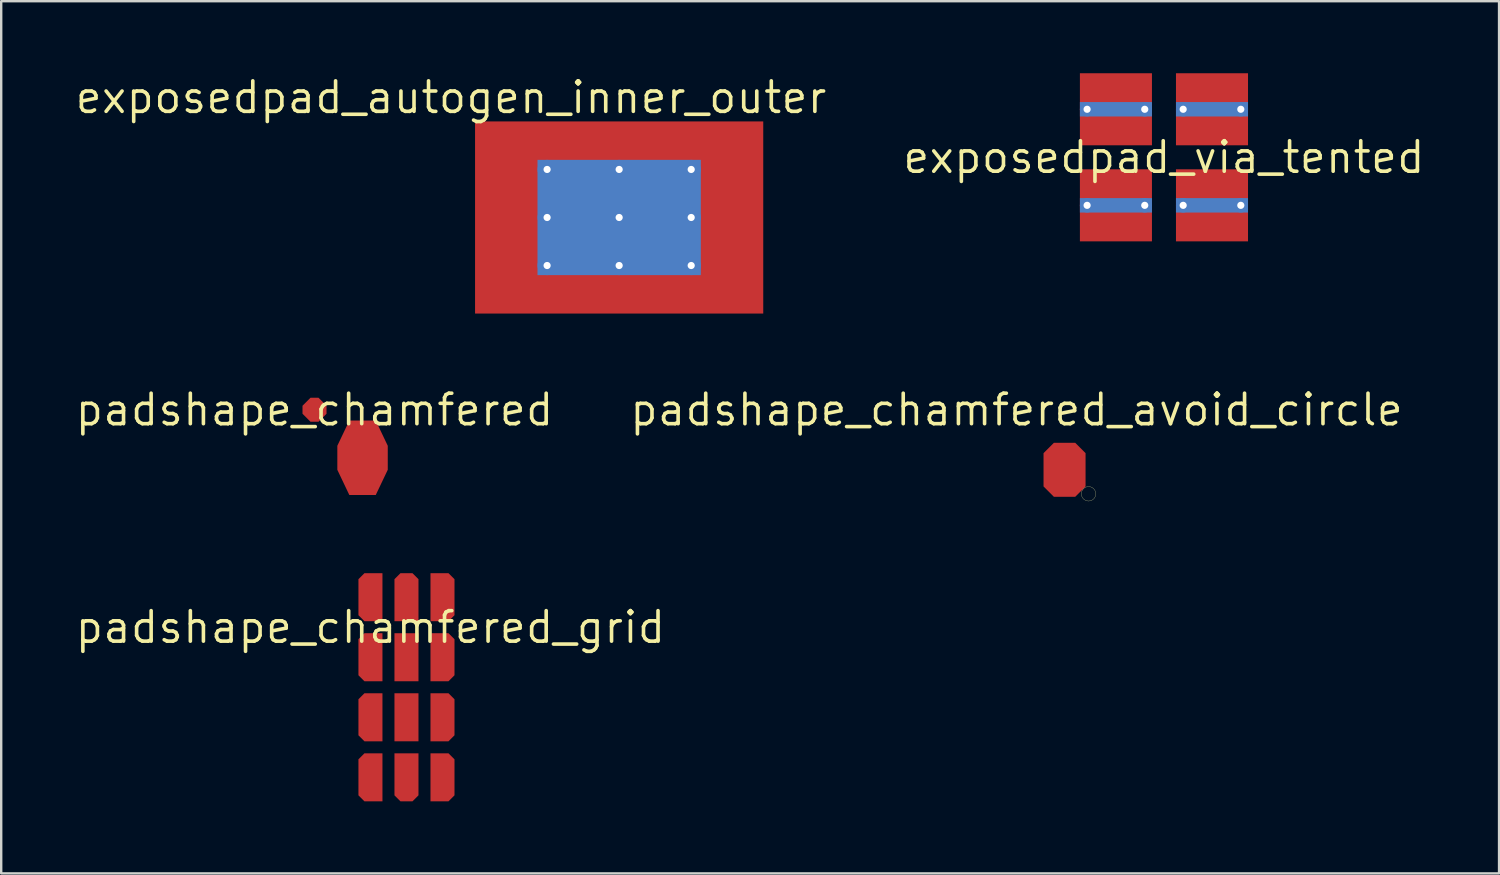
<source format=kicad_pcb>
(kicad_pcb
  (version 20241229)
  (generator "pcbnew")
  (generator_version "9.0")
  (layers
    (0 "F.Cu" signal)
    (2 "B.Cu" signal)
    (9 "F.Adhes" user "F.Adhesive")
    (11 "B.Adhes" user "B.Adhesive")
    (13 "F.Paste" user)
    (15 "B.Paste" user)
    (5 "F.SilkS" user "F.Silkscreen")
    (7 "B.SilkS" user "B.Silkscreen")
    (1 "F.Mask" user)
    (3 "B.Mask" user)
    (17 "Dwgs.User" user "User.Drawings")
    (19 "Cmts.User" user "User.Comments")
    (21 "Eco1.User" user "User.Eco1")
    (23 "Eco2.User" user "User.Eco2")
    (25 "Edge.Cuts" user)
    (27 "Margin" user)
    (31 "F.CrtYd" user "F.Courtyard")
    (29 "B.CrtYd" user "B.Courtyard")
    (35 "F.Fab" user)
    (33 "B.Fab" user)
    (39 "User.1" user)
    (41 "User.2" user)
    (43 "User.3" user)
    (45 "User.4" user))
  (footprint "padshape_chamfered_grid"
    (layer "F.Cu")
    (at 12.375 23.067)
    (property "Reference" "padshape_chamfered_grid" (at 0 0 0) (layer "F.SilkS") (effects (font (size 1.27 1.27) (thickness 0.15))))
    (attr smd)
    (pad "1" smd custom (at 0 -1.25) (size 0.823 0.823) (layers "F.Cu" "F.Mask" "F.Paste") (options (anchor circle)) (primitives (gr_poly (pts (xy -0.5 -0.75) (xy -0.25 -1) (xy 0.5 -1) (xy 0.5 1) (xy -0.25 1) (xy -0.5 0.75)) (width 0) (fill yes))))
    (pad "1" smd custom (at 0 1.25) (size 0.823 0.823) (layers "F.Cu" "F.Mask" "F.Paste") (options (anchor circle)) (primitives (gr_poly (pts (xy -0.5 -0.75) (xy -0.25 -1) (xy 0.5 -1) (xy 0.5 1) (xy -0.25 1) (xy -0.5 0.75)) (width 0) (fill yes))))
    (pad "1" smd custom (at 0 3.75) (size 0.823 0.823) (layers "F.Cu" "F.Mask" "F.Paste") (options (anchor circle)) (primitives (gr_poly (pts (xy -0.5 -0.75) (xy -0.25 -1) (xy 0.5 -1) (xy 0.5 1) (xy -0.25 1) (xy -0.5 0.75)) (width 0) (fill yes))))
    (pad "1" smd custom (at 0 6.25) (size 0.823 0.823) (layers "F.Cu" "F.Mask" "F.Paste") (options (anchor circle)) (primitives (gr_poly (pts (xy -0.5 -0.75) (xy -0.25 -1) (xy 0.5 -1) (xy 0.5 1) (xy -0.25 1) (xy -0.5 0.75)) (width 0) (fill yes))))
    (pad "1" smd custom (at 1.5 -1.25) (size 0.823 0.823) (layers "F.Cu" "F.Mask" "F.Paste") (options (anchor circle)) (primitives (gr_poly (pts (xy -0.5 -0.75) (xy -0.25 -1) (xy 0.25 -1) (xy 0.5 -0.75) (xy 0.5 1) (xy -0.5 1)) (width 0) (fill yes))))
    (pad "1" smd rect (at 1.5 1.25) (size 1 2) (layers "F.Cu" "F.Mask" "F.Paste"))
    (pad "1" smd rect (at 1.5 3.75) (size 1 2) (layers "F.Cu" "F.Mask" "F.Paste"))
    (pad "1" smd custom (at 1.5 6.25) (size 0.823 0.823) (layers "F.Cu" "F.Mask" "F.Paste") (options (anchor circle)) (primitives (gr_poly (pts (xy -0.5 -1) (xy 0.5 -1) (xy 0.5 0.75) (xy 0.25 1) (xy -0.25 1) (xy -0.5 0.75)) (width 0) (fill yes))))
    (pad "1" smd custom (at 3 -1.25) (size 0.823 0.823) (layers "F.Cu" "F.Mask" "F.Paste") (options (anchor circle)) (primitives (gr_poly (pts (xy -0.5 -1) (xy 0.25 -1) (xy 0.5 -0.75) (xy 0.5 0.75) (xy 0.25 1) (xy -0.5 1)) (width 0) (fill yes))))
    (pad "1" smd custom (at 3 1.25) (size 0.823 0.823) (layers "F.Cu" "F.Mask" "F.Paste") (options (anchor circle)) (primitives (gr_poly (pts (xy -0.5 -1) (xy 0.25 -1) (xy 0.5 -0.75) (xy 0.5 0.75) (xy 0.25 1) (xy -0.5 1)) (width 0) (fill yes))))
    (pad "1" smd custom (at 3 3.75) (size 0.823 0.823) (layers "F.Cu" "F.Mask" "F.Paste") (options (anchor circle)) (primitives (gr_poly (pts (xy -0.5 -1) (xy 0.25 -1) (xy 0.5 -0.75) (xy 0.5 0.75) (xy 0.25 1) (xy -0.5 1)) (width 0) (fill yes))))
    (pad "1" smd custom (at 3 6.25) (size 0.823 0.823) (layers "F.Cu" "F.Mask" "F.Paste") (options (anchor circle)) (primitives (gr_poly (pts (xy -0.5 -1) (xy 0.25 -1) (xy 0.5 -0.75) (xy 0.5 0.75) (xy 0.25 1) (xy -0.5 1)) (width 0) (fill yes)))))
  (footprint "padshape_chamfered_avoid_circle"
    (layer "F.Cu")
    (at 39.277 14.012)
    (property "Reference" "padshape_chamfered_avoid_circle" (at 0 0 0) (layer "F.SilkS") (effects (font (size 1.27 1.27) (thickness 0.15))))
    (attr smd)
    (fp_circle (center 3 3.5) (end 3.3 3.5) (stroke (width 0.01) (type solid)) (fill no) (layer "F.SilkS"))
    (pad "1" smd custom (at 2 2.5) (size 1.445 1.445) (layers "F.Cu" "F.Mask" "F.Paste") (options (anchor circle)) (primitives (gr_poly (pts (xy -0.875 -0.694) (xy -0.444 -1.125) (xy 0.444 -1.125) (xy 0.875 -0.694) (xy 0.875 0.694) (xy 0.444 1.125) (xy -0.444 1.125) (xy -0.875 0.694)) (width 0) (fill yes)))))
  (footprint "padshape_chamfered"
    (layer "F.Cu")
    (at 10.046 14.012)
    (property "Reference" "padshape_chamfered" (at 0 0 0) (layer "F.SilkS") (effects (font (size 1.27 1.27) (thickness 0.15))))
    (attr smd)
    (pad "1" smd custom (at 0 0) (size 0.764 0.764) (layers "F.Cu" "F.Mask" "F.Paste") (options (anchor circle)) (primitives (gr_poly (pts (xy -0.5 -0.167) (xy -0.167 -0.5) (xy 0.167 -0.5) (xy 0.5 -0.167) (xy 0.5 0.167) (xy 0.167 0.5) (xy -0.167 0.5) (xy -0.5 0.167)) (width 0) (fill yes))))
    (pad "1" smd custom (at 2 2) (size 1.358 1.358) (layers "F.Cu" "F.Mask" "F.Paste") (options (anchor circle)) (primitives (gr_poly (pts (xy -1.05 -0.5) (xy -0.55 -1.55) (xy 0.55 -1.55) (xy 1.05 -0.5) (xy 1.05 0.5) (xy 0.55 1.55) (xy -0.55 1.55) (xy -1.05 0.5)) (width 0) (fill yes)))))
  (footprint "exposedpad_via_tented"
    (layer "F.Cu")
    (at 45.416 3.5)
    (property "Reference" "exposedpad_via_tented" (at 0 0 0) (layer "F.SilkS") (effects (font (size 1.27 1.27) (thickness 0.15))))
    (attr smd)
    (pad "" smd rect (at -2 -2.5) (size 1.61 0.81) (layers "F.Paste"))
    (pad "" smd rect (at -2 -2) (size 2 2) (layers "F.Mask"))
    (pad "" smd rect (at -2 -1.5) (size 1.61 0.81) (layers "F.Paste"))
    (pad "" smd rect (at -2 1.5) (size 1.61 0.81) (layers "F.Paste"))
    (pad "" smd rect (at -2 2) (size 2 2) (layers "F.Mask"))
    (pad "" smd rect (at -2 2.5) (size 1.61 0.81) (layers "F.Paste"))
    (pad "" smd rect (at 2 -2.5) (size 1.61 0.81) (layers "F.Paste"))
    (pad "" smd rect (at 2 -2) (size 2 2) (layers "F.Mask"))
    (pad "" smd rect (at 2 -1.5) (size 1.61 0.81) (layers "F.Paste"))
    (pad "" smd rect (at 2 1.5) (size 1.61 0.81) (layers "F.Paste"))
    (pad "" smd rect (at 2 2) (size 2 2) (layers "F.Mask"))
    (pad "" smd rect (at 2 2.5) (size 1.61 0.81) (layers "F.Paste"))
    (pad "3" thru_hole circle (at -3.2 -2) (size 0.6 0.6) (drill 0.3) (property pad_prop_heatsink) (layers "*.Cu" "*.Mask"))
    (pad "3" thru_hole circle (at -3.2 2) (size 0.6 0.6) (drill 0.3) (property pad_prop_heatsink) (layers "*.Cu" "B.Mask"))
    (pad "3" smd rect (at -2 -2) (size 3 0.6) (property pad_prop_heatsink) (layers "B.Cu"))
    (pad "3" smd rect (at -2 -2) (size 3 3) (property pad_prop_heatsink) (layers "F.Cu"))
    (pad "3" smd rect (at -2 2) (size 3 0.6) (property pad_prop_heatsink) (layers "B.Cu"))
    (pad "3" smd rect (at -2 2) (size 3 3) (property pad_prop_heatsink) (layers "F.Cu"))
    (pad "3" thru_hole circle (at -0.8 -2) (size 0.6 0.6) (drill 0.3) (property pad_prop_heatsink) (layers "*.Cu" "*.Mask"))
    (pad "3" thru_hole circle (at -0.8 2) (size 0.6 0.6) (drill 0.3) (property pad_prop_heatsink) (layers "*.Cu" "B.Mask"))
    (pad "3" thru_hole circle (at 0.8 -2) (size 0.6 0.6) (drill 0.3) (property pad_prop_heatsink) (layers "*.Cu" "F.Mask"))
    (pad "3" thru_hole circle (at 0.8 2) (size 0.6 0.6) (drill 0.3) (property pad_prop_heatsink) (layers "*.Cu"))
    (pad "3" smd rect (at 2 -2) (size 3 0.6) (property pad_prop_heatsink) (layers "B.Cu"))
    (pad "3" smd rect (at 2 -2) (size 3 3) (property pad_prop_heatsink) (layers "F.Cu"))
    (pad "3" smd rect (at 2 2) (size 3 0.6) (property pad_prop_heatsink) (layers "B.Cu"))
    (pad "3" smd rect (at 2 2) (size 3 3) (property pad_prop_heatsink) (layers "F.Cu"))
    (pad "3" thru_hole circle (at 3.2 -2) (size 0.6 0.6) (drill 0.3) (property pad_prop_heatsink) (layers "*.Cu" "F.Mask"))
    (pad "3" thru_hole circle (at 3.2 2) (size 0.6 0.6) (drill 0.3) (property pad_prop_heatsink) (layers "*.Cu")))
  (footprint "exposedpad_autogen_inner_outer"
    (layer "F.Cu")
    (at 15.731 1.006)
    (property "Reference" "exposedpad_autogen_inner_outer" (at 0 0 0) (layer "F.SilkS") (effects (font (size 1.27 1.27) (thickness 0.15))))
    (attr smd)
    (pad "" smd rect (at 1.75 1.5) (size 1.255 0.837) (layers "F.Paste"))
    (pad "" smd rect (at 1.75 2.5) (size 1.255 0.837) (layers "F.Paste"))
    (pad "" smd rect (at 1.75 3.5) (size 1.255 0.837) (layers "F.Paste"))
    (pad "" smd rect (at 1.75 4.5) (size 1.255 0.837) (layers "F.Paste"))
    (pad "" smd rect (at 1.75 5.5) (size 1.255 0.837) (layers "F.Paste"))
    (pad "" smd rect (at 1.75 6.5) (size 1.255 0.837) (layers "F.Paste"))
    (pad "" smd rect (at 1.75 7.5) (size 1.255 0.837) (layers "F.Paste"))
    (pad "" smd rect (at 1.75 8.5) (size 1.255 0.837) (layers "F.Paste"))
    (pad "" smd rect (at 3.25 1.5) (size 1.255 0.837) (layers "F.Paste"))
    (pad "" smd custom (at 3.25 2.5) (size 0.581 0.581) (layers "F.Paste") (options (anchor circle)) (primitives (gr_poly (pts (xy -0.627 -0.418) (xy 0.627 -0.418) (xy 0.627 0.057) (xy 0.266 0.418) (xy -0.627 0.418)) (width 0) (fill yes))))
    (pad "" smd custom (at 3.25 3.5) (size 0.581 0.581) (layers "F.Paste") (options (anchor circle)) (primitives (gr_poly (pts (xy -0.627 -0.418) (xy 0.266 -0.418) (xy 0.627 -0.057) (xy 0.627 0.418) (xy -0.627 0.418)) (width 0) (fill yes))))
    (pad "" smd custom (at 3.25 4.5) (size 0.581 0.581) (layers "F.Paste") (options (anchor circle)) (primitives (gr_poly (pts (xy -0.627 -0.418) (xy 0.627 -0.418) (xy 0.627 0.057) (xy 0.266 0.418) (xy -0.627 0.418)) (width 0) (fill yes))))
    (pad "" smd custom (at 3.25 5.5) (size 0.581 0.581) (layers "F.Paste") (options (anchor circle)) (primitives (gr_poly (pts (xy -0.627 -0.418) (xy 0.266 -0.418) (xy 0.627 -0.057) (xy 0.627 0.418) (xy -0.627 0.418)) (width 0) (fill yes))))
    (pad "" smd custom (at 3.25 6.5) (size 0.581 0.581) (layers "F.Paste") (options (anchor circle)) (primitives (gr_poly (pts (xy -0.627 -0.418) (xy 0.627 -0.418) (xy 0.627 0.057) (xy 0.266 0.418) (xy -0.627 0.418)) (width 0) (fill yes))))
    (pad "" smd custom (at 3.25 7.5) (size 0.581 0.581) (layers "F.Paste") (options (anchor circle)) (primitives (gr_poly (pts (xy -0.627 -0.418) (xy 0.266 -0.418) (xy 0.627 -0.057) (xy 0.627 0.418) (xy -0.627 0.418)) (width 0) (fill yes))))
    (pad "" smd rect (at 3.25 8.5) (size 1.255 0.837) (layers "F.Paste"))
    (pad "" smd rect (at 4.75 1.5) (size 1.255 0.837) (layers "F.Paste"))
    (pad "" smd custom (at 4.75 2.5) (size 0.581 0.581) (layers "F.Paste") (options (anchor circle)) (primitives (gr_poly (pts (xy -0.627 -0.418) (xy 0.627 -0.418) (xy 0.627 0.418) (xy -0.266 0.418) (xy -0.627 0.057)) (width 0) (fill yes))))
    (pad "" smd custom (at 4.75 3.5) (size 0.581 0.581) (layers "F.Paste") (options (anchor circle)) (primitives (gr_poly (pts (xy -0.627 -0.057) (xy -0.266 -0.418) (xy 0.627 -0.418) (xy 0.627 0.418) (xy -0.627 0.418)) (width 0) (fill yes))))
    (pad "" smd custom (at 4.75 4.5) (size 0.581 0.581) (layers "F.Paste") (options (anchor circle)) (primitives (gr_poly (pts (xy -0.627 -0.418) (xy 0.627 -0.418) (xy 0.627 0.418) (xy -0.266 0.418) (xy -0.627 0.057)) (width 0) (fill yes))))
    (pad "" smd custom (at 4.75 5.5) (size 0.581 0.581) (layers "F.Paste") (options (anchor circle)) (primitives (gr_poly (pts (xy -0.627 -0.057) (xy -0.266 -0.418) (xy 0.627 -0.418) (xy 0.627 0.418) (xy -0.627 0.418)) (width 0) (fill yes))))
    (pad "" smd custom (at 4.75 6.5) (size 0.581 0.581) (layers "F.Paste") (options (anchor circle)) (primitives (gr_poly (pts (xy -0.627 -0.418) (xy 0.627 -0.418) (xy 0.627 0.418) (xy -0.266 0.418) (xy -0.627 0.057)) (width 0) (fill yes))))
    (pad "" smd custom (at 4.75 7.5) (size 0.581 0.581) (layers "F.Paste") (options (anchor circle)) (primitives (gr_poly (pts (xy -0.627 -0.057) (xy -0.266 -0.418) (xy 0.627 -0.418) (xy 0.627 0.418) (xy -0.627 0.418)) (width 0) (fill yes))))
    (pad "" smd rect (at 4.75 8.5) (size 1.255 0.837) (layers "F.Paste"))
    (pad "" smd rect (at 6.25 1.5) (size 1.255 0.837) (layers "F.Paste"))
    (pad "" smd custom (at 6.25 2.5) (size 0.581 0.581) (layers "F.Paste") (options (anchor circle)) (primitives (gr_poly (pts (xy -0.627 -0.418) (xy 0.627 -0.418) (xy 0.627 0.057) (xy 0.266 0.418) (xy -0.627 0.418)) (width 0) (fill yes))))
    (pad "" smd custom (at 6.25 3.5) (size 0.581 0.581) (layers "F.Paste") (options (anchor circle)) (primitives (gr_poly (pts (xy -0.627 -0.418) (xy 0.266 -0.418) (xy 0.627 -0.057) (xy 0.627 0.418) (xy -0.627 0.418)) (width 0) (fill yes))))
    (pad "" smd custom (at 6.25 4.5) (size 0.581 0.581) (layers "F.Paste") (options (anchor circle)) (primitives (gr_poly (pts (xy -0.627 -0.418) (xy 0.627 -0.418) (xy 0.627 0.057) (xy 0.266 0.418) (xy -0.627 0.418)) (width 0) (fill yes))))
    (pad "" smd custom (at 6.25 5.5) (size 0.581 0.581) (layers "F.Paste") (options (anchor circle)) (primitives (gr_poly (pts (xy -0.627 -0.418) (xy 0.266 -0.418) (xy 0.627 -0.057) (xy 0.627 0.418) (xy -0.627 0.418)) (width 0) (fill yes))))
    (pad "" smd custom (at 6.25 6.5) (size 0.581 0.581) (layers "F.Paste") (options (anchor circle)) (primitives (gr_poly (pts (xy -0.627 -0.418) (xy 0.627 -0.418) (xy 0.627 0.057) (xy 0.266 0.418) (xy -0.627 0.418)) (width 0) (fill yes))))
    (pad "" smd custom (at 6.25 7.5) (size 0.581 0.581) (layers "F.Paste") (options (anchor circle)) (primitives (gr_poly (pts (xy -0.627 -0.418) (xy 0.266 -0.418) (xy 0.627 -0.057) (xy 0.627 0.418) (xy -0.627 0.418)) (width 0) (fill yes))))
    (pad "" smd rect (at 6.25 8.5) (size 1.255 0.837) (layers "F.Paste"))
    (pad "" smd rect (at 7.75 1.5) (size 1.255 0.837) (layers "F.Paste"))
    (pad "" smd custom (at 7.75 2.5) (size 0.581 0.581) (layers "F.Paste") (options (anchor circle)) (primitives (gr_poly (pts (xy -0.627 -0.418) (xy 0.627 -0.418) (xy 0.627 0.418) (xy -0.266 0.418) (xy -0.627 0.057)) (width 0) (fill yes))))
    (pad "" smd custom (at 7.75 3.5) (size 0.581 0.581) (layers "F.Paste") (options (anchor circle)) (primitives (gr_poly (pts (xy -0.627 -0.057) (xy -0.266 -0.418) (xy 0.627 -0.418) (xy 0.627 0.418) (xy -0.627 0.418)) (width 0) (fill yes))))
    (pad "" smd custom (at 7.75 4.5) (size 0.581 0.581) (layers "F.Paste") (options (anchor circle)) (primitives (gr_poly (pts (xy -0.627 -0.418) (xy 0.627 -0.418) (xy 0.627 0.418) (xy -0.266 0.418) (xy -0.627 0.057)) (width 0) (fill yes))))
    (pad "" smd custom (at 7.75 5.5) (size 0.581 0.581) (layers "F.Paste") (options (anchor circle)) (primitives (gr_poly (pts (xy -0.627 -0.057) (xy -0.266 -0.418) (xy 0.627 -0.418) (xy 0.627 0.418) (xy -0.627 0.418)) (width 0) (fill yes))))
    (pad "" smd custom (at 7.75 6.5) (size 0.581 0.581) (layers "F.Paste") (options (anchor circle)) (primitives (gr_poly (pts (xy -0.627 -0.418) (xy 0.627 -0.418) (xy 0.627 0.418) (xy -0.266 0.418) (xy -0.627 0.057)) (width 0) (fill yes))))
    (pad "" smd custom (at 7.75 7.5) (size 0.581 0.581) (layers "F.Paste") (options (anchor circle)) (primitives (gr_poly (pts (xy -0.627 -0.057) (xy -0.266 -0.418) (xy 0.627 -0.418) (xy 0.627 0.418) (xy -0.627 0.418)) (width 0) (fill yes))))
    (pad "" smd rect (at 7.75 8.5) (size 1.255 0.837) (layers "F.Paste"))
    (pad "" smd rect (at 9.25 1.5) (size 1.255 0.837) (layers "F.Paste"))
    (pad "" smd custom (at 9.25 2.5) (size 0.581 0.581) (layers "F.Paste") (options (anchor circle)) (primitives (gr_poly (pts (xy -0.627 -0.418) (xy 0.627 -0.418) (xy 0.627 0.057) (xy 0.266 0.418) (xy -0.627 0.418)) (width 0) (fill yes))))
    (pad "" smd custom (at 9.25 3.5) (size 0.581 0.581) (layers "F.Paste") (options (anchor circle)) (primitives (gr_poly (pts (xy -0.627 -0.418) (xy 0.266 -0.418) (xy 0.627 -0.057) (xy 0.627 0.418) (xy -0.627 0.418)) (width 0) (fill yes))))
    (pad "" smd custom (at 9.25 4.5) (size 0.581 0.581) (layers "F.Paste") (options (anchor circle)) (primitives (gr_poly (pts (xy -0.627 -0.418) (xy 0.627 -0.418) (xy 0.627 0.057) (xy 0.266 0.418) (xy -0.627 0.418)) (width 0) (fill yes))))
    (pad "" smd custom (at 9.25 5.5) (size 0.581 0.581) (layers "F.Paste") (options (anchor circle)) (primitives (gr_poly (pts (xy -0.627 -0.418) (xy 0.266 -0.418) (xy 0.627 -0.057) (xy 0.627 0.418) (xy -0.627 0.418)) (width 0) (fill yes))))
    (pad "" smd custom (at 9.25 6.5) (size 0.581 0.581) (layers "F.Paste") (options (anchor circle)) (primitives (gr_poly (pts (xy -0.627 -0.418) (xy 0.627 -0.418) (xy 0.627 0.057) (xy 0.266 0.418) (xy -0.627 0.418)) (width 0) (fill yes))))
    (pad "" smd custom (at 9.25 7.5) (size 0.581 0.581) (layers "F.Paste") (options (anchor circle)) (primitives (gr_poly (pts (xy -0.627 -0.418) (xy 0.266 -0.418) (xy 0.627 -0.057) (xy 0.627 0.418) (xy -0.627 0.418)) (width 0) (fill yes))))
    (pad "" smd rect (at 9.25 8.5) (size 1.255 0.837) (layers "F.Paste"))
    (pad "" smd rect (at 10.75 1.5) (size 1.255 0.837) (layers "F.Paste"))
    (pad "" smd custom (at 10.75 2.5) (size 0.581 0.581) (layers "F.Paste") (options (anchor circle)) (primitives (gr_poly (pts (xy -0.627 -0.418) (xy 0.627 -0.418) (xy 0.627 0.418) (xy -0.266 0.418) (xy -0.627 0.057)) (width 0) (fill yes))))
    (pad "" smd custom (at 10.75 3.5) (size 0.581 0.581) (layers "F.Paste") (options (anchor circle)) (primitives (gr_poly (pts (xy -0.627 -0.057) (xy -0.266 -0.418) (xy 0.627 -0.418) (xy 0.627 0.418) (xy -0.627 0.418)) (width 0) (fill yes))))
    (pad "" smd custom (at 10.75 4.5) (size 0.581 0.581) (layers "F.Paste") (options (anchor circle)) (primitives (gr_poly (pts (xy -0.627 -0.418) (xy 0.627 -0.418) (xy 0.627 0.418) (xy -0.266 0.418) (xy -0.627 0.057)) (width 0) (fill yes))))
    (pad "" smd custom (at 10.75 5.5) (size 0.581 0.581) (layers "F.Paste") (options (anchor circle)) (primitives (gr_poly (pts (xy -0.627 -0.057) (xy -0.266 -0.418) (xy 0.627 -0.418) (xy 0.627 0.418) (xy -0.627 0.418)) (width 0) (fill yes))))
    (pad "" smd custom (at 10.75 6.5) (size 0.581 0.581) (layers "F.Paste") (options (anchor circle)) (primitives (gr_poly (pts (xy -0.627 -0.418) (xy 0.627 -0.418) (xy 0.627 0.418) (xy -0.266 0.418) (xy -0.627 0.057)) (width 0) (fill yes))))
    (pad "" smd custom (at 10.75 7.5) (size 0.581 0.581) (layers "F.Paste") (options (anchor circle)) (primitives (gr_poly (pts (xy -0.627 -0.057) (xy -0.266 -0.418) (xy 0.627 -0.418) (xy 0.627 0.418) (xy -0.627 0.418)) (width 0) (fill yes))))
    (pad "" smd rect (at 10.75 8.5) (size 1.255 0.837) (layers "F.Paste"))
    (pad "" smd rect (at 12.25 1.5) (size 1.255 0.837) (layers "F.Paste"))
    (pad "" smd rect (at 12.25 2.5) (size 1.255 0.837) (layers "F.Paste"))
    (pad "" smd rect (at 12.25 3.5) (size 1.255 0.837) (layers "F.Paste"))
    (pad "" smd rect (at 12.25 4.5) (size 1.255 0.837) (layers "F.Paste"))
    (pad "" smd rect (at 12.25 5.5) (size 1.255 0.837) (layers "F.Paste"))
    (pad "" smd rect (at 12.25 6.5) (size 1.255 0.837) (layers "F.Paste"))
    (pad "" smd rect (at 12.25 7.5) (size 1.255 0.837) (layers "F.Paste"))
    (pad "" smd rect (at 12.25 8.5) (size 1.255 0.837) (layers "F.Paste"))
    (pad "3" thru_hole circle (at 4 3) (size 0.8 0.8) (drill 0.3) (property pad_prop_heatsink) (layers "*.Cu"))
    (pad "3" thru_hole circle (at 4 5) (size 0.8 0.8) (drill 0.3) (property pad_prop_heatsink) (layers "*.Cu"))
    (pad "3" thru_hole circle (at 4 7) (size 0.8 0.8) (drill 0.3) (property pad_prop_heatsink) (layers "*.Cu"))
    (pad "3" thru_hole circle (at 7 3) (size 0.8 0.8) (drill 0.3) (property pad_prop_heatsink) (layers "*.Cu"))
    (pad "3" thru_hole circle (at 7 5) (size 0.8 0.8) (drill 0.3) (property pad_prop_heatsink) (layers "*.Cu"))
    (pad "3" smd rect (at 7 5) (size 6.8 4.8) (property pad_prop_heatsink) (layers "B.Cu"))
    (pad "3" smd rect (at 7 5) (size 12 8) (property pad_prop_heatsink) (layers "F.Cu" "F.Mask"))
    (pad "3" thru_hole circle (at 7 7) (size 0.8 0.8) (drill 0.3) (property pad_prop_heatsink) (layers "*.Cu"))
    (pad "3" thru_hole circle (at 10 3) (size 0.8 0.8) (drill 0.3) (property pad_prop_heatsink) (layers "*.Cu"))
    (pad "3" thru_hole circle (at 10 5) (size 0.8 0.8) (drill 0.3) (property pad_prop_heatsink) (layers "*.Cu"))
    (pad "3" thru_hole circle (at 10 7) (size 0.8 0.8) (drill 0.3) (property pad_prop_heatsink) (layers "*.Cu")))
  (gr_rect
    (start -3 -3)
    (end 59.369 33.317)
    (stroke (width 0.1) (type default))
    (fill no)
    (layer "Edge.Cuts")))
</source>
